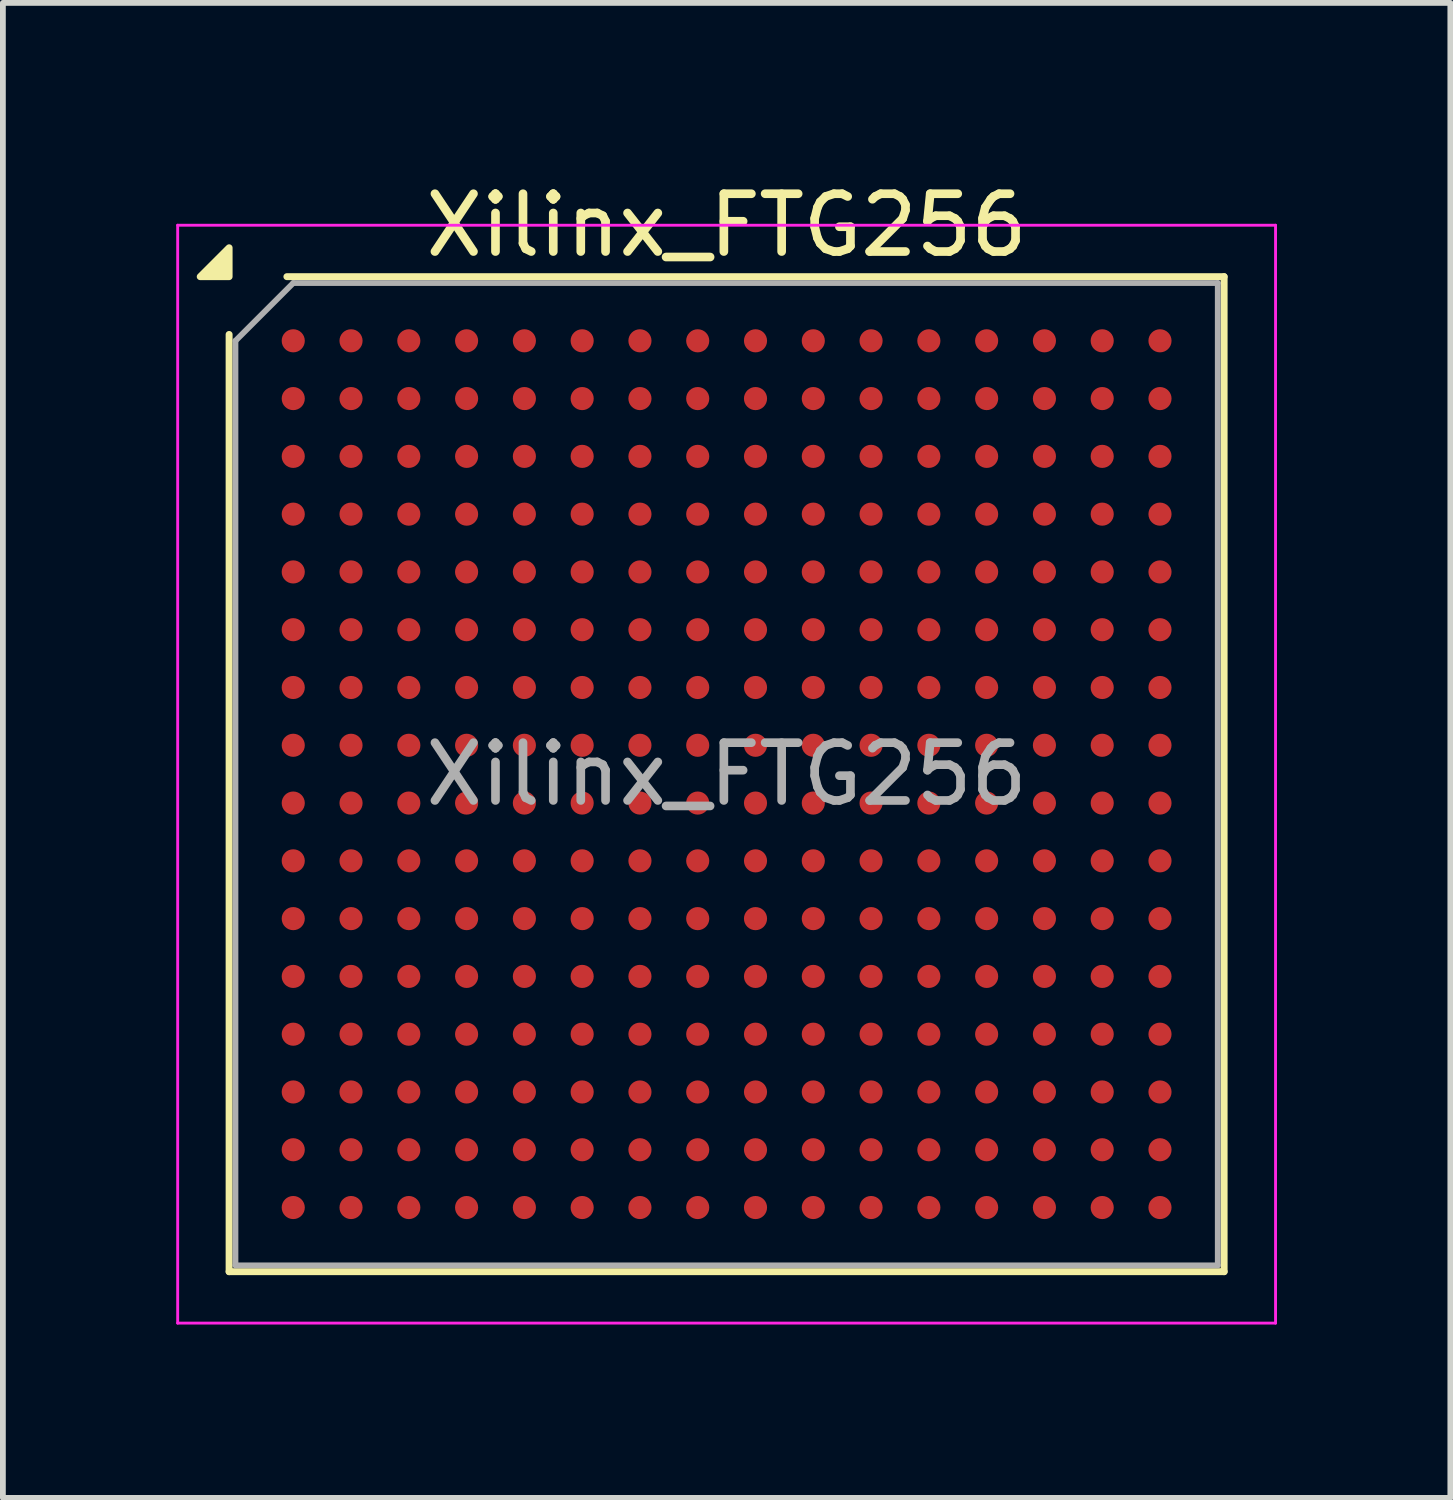
<source format=kicad_pcb>
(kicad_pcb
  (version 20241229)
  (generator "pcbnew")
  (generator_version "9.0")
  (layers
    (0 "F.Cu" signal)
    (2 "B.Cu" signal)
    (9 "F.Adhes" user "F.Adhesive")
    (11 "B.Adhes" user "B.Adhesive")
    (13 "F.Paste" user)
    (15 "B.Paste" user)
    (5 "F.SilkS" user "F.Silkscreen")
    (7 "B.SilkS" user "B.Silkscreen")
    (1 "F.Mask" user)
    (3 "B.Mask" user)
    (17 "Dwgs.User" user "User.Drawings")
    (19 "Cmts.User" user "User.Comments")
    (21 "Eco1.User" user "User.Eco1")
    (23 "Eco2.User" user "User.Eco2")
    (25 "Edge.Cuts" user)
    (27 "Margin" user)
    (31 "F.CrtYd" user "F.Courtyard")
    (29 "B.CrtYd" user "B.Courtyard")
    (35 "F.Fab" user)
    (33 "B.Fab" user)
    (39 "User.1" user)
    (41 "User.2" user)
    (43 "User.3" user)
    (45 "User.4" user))
  (footprint "Xilinx_FTG256"
    (layer "F.Cu")
    (at 9.525 10.348)
    (property "Reference" "Xilinx_FTG256" (at 0 -9.5 0) (layer "F.SilkS") (effects (font (size 1 1) (thickness 0.15))))
    (attr smd)
    (fp_line (start -8.61 8.61) (end -8.61 -7.61) (stroke (width 0.12) (type solid)) (layer "F.SilkS"))
    (fp_line (start -7.61 -8.61) (end 8.61 -8.61) (stroke (width 0.12) (type solid)) (layer "F.SilkS"))
    (fp_line (start 8.61 -8.61) (end 8.61 8.61) (stroke (width 0.12) (type solid)) (layer "F.SilkS"))
    (fp_line (start 8.61 8.61) (end -8.61 8.61) (stroke (width 0.12) (type solid)) (layer "F.SilkS"))
    (fp_poly (pts (xy -8.61 -8.61) (xy -9.11 -8.61) (xy -8.61 -9.11)) (stroke (width 0.12) (type solid)) (fill yes) (layer "F.SilkS"))
    (fp_line (start -9.5 -9.5) (end -9.5 9.5) (stroke (width 0.05) (type solid)) (layer "F.CrtYd"))
    (fp_line (start -9.5 9.5) (end 9.5 9.5) (stroke (width 0.05) (type solid)) (layer "F.CrtYd"))
    (fp_line (start 9.5 -9.5) (end -9.5 -9.5) (stroke (width 0.05) (type solid)) (layer "F.CrtYd"))
    (fp_line (start 9.5 9.5) (end 9.5 -9.5) (stroke (width 0.05) (type solid)) (layer "F.CrtYd"))
    (fp_line (start -8.5 -7.5) (end -7.5 -8.5) (stroke (width 0.1) (type solid)) (layer "F.Fab"))
    (fp_line (start -8.5 8.5) (end -8.5 -7.5) (stroke (width 0.1) (type solid)) (layer "F.Fab"))
    (fp_line (start -7.5 -8.5) (end 8.5 -8.5) (stroke (width 0.1) (type solid)) (layer "F.Fab"))
    (fp_line (start 8.5 -8.5) (end 8.5 8.5) (stroke (width 0.1) (type solid)) (layer "F.Fab"))
    (fp_line (start 8.5 8.5) (end -8.5 8.5) (stroke (width 0.1) (type solid)) (layer "F.Fab"))
    (fp_text user "${REFERENCE}" (at 0 0 0) (layer "F.Fab") (effects (font (size 1 1) (thickness 0.15))))
    (pad "A1" smd circle (at -7.5 -7.5) (size 0.4 0.4) (property pad_prop_bga) (layers "F.Cu" "F.Mask" "F.Paste"))
    (pad "A2" smd circle (at -6.5 -7.5) (size 0.4 0.4) (property pad_prop_bga) (layers "F.Cu" "F.Mask" "F.Paste"))
    (pad "A3" smd circle (at -5.5 -7.5) (size 0.4 0.4) (property pad_prop_bga) (layers "F.Cu" "F.Mask" "F.Paste"))
    (pad "A4" smd circle (at -4.5 -7.5) (size 0.4 0.4) (property pad_prop_bga) (layers "F.Cu" "F.Mask" "F.Paste"))
    (pad "A5" smd circle (at -3.5 -7.5) (size 0.4 0.4) (property pad_prop_bga) (layers "F.Cu" "F.Mask" "F.Paste"))
    (pad "A6" smd circle (at -2.5 -7.5) (size 0.4 0.4) (property pad_prop_bga) (layers "F.Cu" "F.Mask" "F.Paste"))
    (pad "A7" smd circle (at -1.5 -7.5) (size 0.4 0.4) (property pad_prop_bga) (layers "F.Cu" "F.Mask" "F.Paste"))
    (pad "A8" smd circle (at -0.5 -7.5) (size 0.4 0.4) (property pad_prop_bga) (layers "F.Cu" "F.Mask" "F.Paste"))
    (pad "A9" smd circle (at 0.5 -7.5) (size 0.4 0.4) (property pad_prop_bga) (layers "F.Cu" "F.Mask" "F.Paste"))
    (pad "A10" smd circle (at 1.5 -7.5) (size 0.4 0.4) (property pad_prop_bga) (layers "F.Cu" "F.Mask" "F.Paste"))
    (pad "A11" smd circle (at 2.5 -7.5) (size 0.4 0.4) (property pad_prop_bga) (layers "F.Cu" "F.Mask" "F.Paste"))
    (pad "A12" smd circle (at 3.5 -7.5) (size 0.4 0.4) (property pad_prop_bga) (layers "F.Cu" "F.Mask" "F.Paste"))
    (pad "A13" smd circle (at 4.5 -7.5) (size 0.4 0.4) (property pad_prop_bga) (layers "F.Cu" "F.Mask" "F.Paste"))
    (pad "A14" smd circle (at 5.5 -7.5) (size 0.4 0.4) (property pad_prop_bga) (layers "F.Cu" "F.Mask" "F.Paste"))
    (pad "A15" smd circle (at 6.5 -7.5) (size 0.4 0.4) (property pad_prop_bga) (layers "F.Cu" "F.Mask" "F.Paste"))
    (pad "A16" smd circle (at 7.5 -7.5) (size 0.4 0.4) (property pad_prop_bga) (layers "F.Cu" "F.Mask" "F.Paste"))
    (pad "B1" smd circle (at -7.5 -6.5) (size 0.4 0.4) (property pad_prop_bga) (layers "F.Cu" "F.Mask" "F.Paste"))
    (pad "B2" smd circle (at -6.5 -6.5) (size 0.4 0.4) (property pad_prop_bga) (layers "F.Cu" "F.Mask" "F.Paste"))
    (pad "B3" smd circle (at -5.5 -6.5) (size 0.4 0.4) (property pad_prop_bga) (layers "F.Cu" "F.Mask" "F.Paste"))
    (pad "B4" smd circle (at -4.5 -6.5) (size 0.4 0.4) (property pad_prop_bga) (layers "F.Cu" "F.Mask" "F.Paste"))
    (pad "B5" smd circle (at -3.5 -6.5) (size 0.4 0.4) (property pad_prop_bga) (layers "F.Cu" "F.Mask" "F.Paste"))
    (pad "B6" smd circle (at -2.5 -6.5) (size 0.4 0.4) (property pad_prop_bga) (layers "F.Cu" "F.Mask" "F.Paste"))
    (pad "B7" smd circle (at -1.5 -6.5) (size 0.4 0.4) (property pad_prop_bga) (layers "F.Cu" "F.Mask" "F.Paste"))
    (pad "B8" smd circle (at -0.5 -6.5) (size 0.4 0.4) (property pad_prop_bga) (layers "F.Cu" "F.Mask" "F.Paste"))
    (pad "B9" smd circle (at 0.5 -6.5) (size 0.4 0.4) (property pad_prop_bga) (layers "F.Cu" "F.Mask" "F.Paste"))
    (pad "B10" smd circle (at 1.5 -6.5) (size 0.4 0.4) (property pad_prop_bga) (layers "F.Cu" "F.Mask" "F.Paste"))
    (pad "B11" smd circle (at 2.5 -6.5) (size 0.4 0.4) (property pad_prop_bga) (layers "F.Cu" "F.Mask" "F.Paste"))
    (pad "B12" smd circle (at 3.5 -6.5) (size 0.4 0.4) (property pad_prop_bga) (layers "F.Cu" "F.Mask" "F.Paste"))
    (pad "B13" smd circle (at 4.5 -6.5) (size 0.4 0.4) (property pad_prop_bga) (layers "F.Cu" "F.Mask" "F.Paste"))
    (pad "B14" smd circle (at 5.5 -6.5) (size 0.4 0.4) (property pad_prop_bga) (layers "F.Cu" "F.Mask" "F.Paste"))
    (pad "B15" smd circle (at 6.5 -6.5) (size 0.4 0.4) (property pad_prop_bga) (layers "F.Cu" "F.Mask" "F.Paste"))
    (pad "B16" smd circle (at 7.5 -6.5) (size 0.4 0.4) (property pad_prop_bga) (layers "F.Cu" "F.Mask" "F.Paste"))
    (pad "C1" smd circle (at -7.5 -5.5) (size 0.4 0.4) (property pad_prop_bga) (layers "F.Cu" "F.Mask" "F.Paste"))
    (pad "C2" smd circle (at -6.5 -5.5) (size 0.4 0.4) (property pad_prop_bga) (layers "F.Cu" "F.Mask" "F.Paste"))
    (pad "C3" smd circle (at -5.5 -5.5) (size 0.4 0.4) (property pad_prop_bga) (layers "F.Cu" "F.Mask" "F.Paste"))
    (pad "C4" smd circle (at -4.5 -5.5) (size 0.4 0.4) (property pad_prop_bga) (layers "F.Cu" "F.Mask" "F.Paste"))
    (pad "C5" smd circle (at -3.5 -5.5) (size 0.4 0.4) (property pad_prop_bga) (layers "F.Cu" "F.Mask" "F.Paste"))
    (pad "C6" smd circle (at -2.5 -5.5) (size 0.4 0.4) (property pad_prop_bga) (layers "F.Cu" "F.Mask" "F.Paste"))
    (pad "C7" smd circle (at -1.5 -5.5) (size 0.4 0.4) (property pad_prop_bga) (layers "F.Cu" "F.Mask" "F.Paste"))
    (pad "C8" smd circle (at -0.5 -5.5) (size 0.4 0.4) (property pad_prop_bga) (layers "F.Cu" "F.Mask" "F.Paste"))
    (pad "C9" smd circle (at 0.5 -5.5) (size 0.4 0.4) (property pad_prop_bga) (layers "F.Cu" "F.Mask" "F.Paste"))
    (pad "C10" smd circle (at 1.5 -5.5) (size 0.4 0.4) (property pad_prop_bga) (layers "F.Cu" "F.Mask" "F.Paste"))
    (pad "C11" smd circle (at 2.5 -5.5) (size 0.4 0.4) (property pad_prop_bga) (layers "F.Cu" "F.Mask" "F.Paste"))
    (pad "C12" smd circle (at 3.5 -5.5) (size 0.4 0.4) (property pad_prop_bga) (layers "F.Cu" "F.Mask" "F.Paste"))
    (pad "C13" smd circle (at 4.5 -5.5) (size 0.4 0.4) (property pad_prop_bga) (layers "F.Cu" "F.Mask" "F.Paste"))
    (pad "C14" smd circle (at 5.5 -5.5) (size 0.4 0.4) (property pad_prop_bga) (layers "F.Cu" "F.Mask" "F.Paste"))
    (pad "C15" smd circle (at 6.5 -5.5) (size 0.4 0.4) (property pad_prop_bga) (layers "F.Cu" "F.Mask" "F.Paste"))
    (pad "C16" smd circle (at 7.5 -5.5) (size 0.4 0.4) (property pad_prop_bga) (layers "F.Cu" "F.Mask" "F.Paste"))
    (pad "D1" smd circle (at -7.5 -4.5) (size 0.4 0.4) (property pad_prop_bga) (layers "F.Cu" "F.Mask" "F.Paste"))
    (pad "D2" smd circle (at -6.5 -4.5) (size 0.4 0.4) (property pad_prop_bga) (layers "F.Cu" "F.Mask" "F.Paste"))
    (pad "D3" smd circle (at -5.5 -4.5) (size 0.4 0.4) (property pad_prop_bga) (layers "F.Cu" "F.Mask" "F.Paste"))
    (pad "D4" smd circle (at -4.5 -4.5) (size 0.4 0.4) (property pad_prop_bga) (layers "F.Cu" "F.Mask" "F.Paste"))
    (pad "D5" smd circle (at -3.5 -4.5) (size 0.4 0.4) (property pad_prop_bga) (layers "F.Cu" "F.Mask" "F.Paste"))
    (pad "D6" smd circle (at -2.5 -4.5) (size 0.4 0.4) (property pad_prop_bga) (layers "F.Cu" "F.Mask" "F.Paste"))
    (pad "D7" smd circle (at -1.5 -4.5) (size 0.4 0.4) (property pad_prop_bga) (layers "F.Cu" "F.Mask" "F.Paste"))
    (pad "D8" smd circle (at -0.5 -4.5) (size 0.4 0.4) (property pad_prop_bga) (layers "F.Cu" "F.Mask" "F.Paste"))
    (pad "D9" smd circle (at 0.5 -4.5) (size 0.4 0.4) (property pad_prop_bga) (layers "F.Cu" "F.Mask" "F.Paste"))
    (pad "D10" smd circle (at 1.5 -4.5) (size 0.4 0.4) (property pad_prop_bga) (layers "F.Cu" "F.Mask" "F.Paste"))
    (pad "D11" smd circle (at 2.5 -4.5) (size 0.4 0.4) (property pad_prop_bga) (layers "F.Cu" "F.Mask" "F.Paste"))
    (pad "D12" smd circle (at 3.5 -4.5) (size 0.4 0.4) (property pad_prop_bga) (layers "F.Cu" "F.Mask" "F.Paste"))
    (pad "D13" smd circle (at 4.5 -4.5) (size 0.4 0.4) (property pad_prop_bga) (layers "F.Cu" "F.Mask" "F.Paste"))
    (pad "D14" smd circle (at 5.5 -4.5) (size 0.4 0.4) (property pad_prop_bga) (layers "F.Cu" "F.Mask" "F.Paste"))
    (pad "D15" smd circle (at 6.5 -4.5) (size 0.4 0.4) (property pad_prop_bga) (layers "F.Cu" "F.Mask" "F.Paste"))
    (pad "D16" smd circle (at 7.5 -4.5) (size 0.4 0.4) (property pad_prop_bga) (layers "F.Cu" "F.Mask" "F.Paste"))
    (pad "E1" smd circle (at -7.5 -3.5) (size 0.4 0.4) (property pad_prop_bga) (layers "F.Cu" "F.Mask" "F.Paste"))
    (pad "E2" smd circle (at -6.5 -3.5) (size 0.4 0.4) (property pad_prop_bga) (layers "F.Cu" "F.Mask" "F.Paste"))
    (pad "E3" smd circle (at -5.5 -3.5) (size 0.4 0.4) (property pad_prop_bga) (layers "F.Cu" "F.Mask" "F.Paste"))
    (pad "E4" smd circle (at -4.5 -3.5) (size 0.4 0.4) (property pad_prop_bga) (layers "F.Cu" "F.Mask" "F.Paste"))
    (pad "E5" smd circle (at -3.5 -3.5) (size 0.4 0.4) (property pad_prop_bga) (layers "F.Cu" "F.Mask" "F.Paste"))
    (pad "E6" smd circle (at -2.5 -3.5) (size 0.4 0.4) (property pad_prop_bga) (layers "F.Cu" "F.Mask" "F.Paste"))
    (pad "E7" smd circle (at -1.5 -3.5) (size 0.4 0.4) (property pad_prop_bga) (layers "F.Cu" "F.Mask" "F.Paste"))
    (pad "E8" smd circle (at -0.5 -3.5) (size 0.4 0.4) (property pad_prop_bga) (layers "F.Cu" "F.Mask" "F.Paste"))
    (pad "E9" smd circle (at 0.5 -3.5) (size 0.4 0.4) (property pad_prop_bga) (layers "F.Cu" "F.Mask" "F.Paste"))
    (pad "E10" smd circle (at 1.5 -3.5) (size 0.4 0.4) (property pad_prop_bga) (layers "F.Cu" "F.Mask" "F.Paste"))
    (pad "E11" smd circle (at 2.5 -3.5) (size 0.4 0.4) (property pad_prop_bga) (layers "F.Cu" "F.Mask" "F.Paste"))
    (pad "E12" smd circle (at 3.5 -3.5) (size 0.4 0.4) (property pad_prop_bga) (layers "F.Cu" "F.Mask" "F.Paste"))
    (pad "E13" smd circle (at 4.5 -3.5) (size 0.4 0.4) (property pad_prop_bga) (layers "F.Cu" "F.Mask" "F.Paste"))
    (pad "E14" smd circle (at 5.5 -3.5) (size 0.4 0.4) (property pad_prop_bga) (layers "F.Cu" "F.Mask" "F.Paste"))
    (pad "E15" smd circle (at 6.5 -3.5) (size 0.4 0.4) (property pad_prop_bga) (layers "F.Cu" "F.Mask" "F.Paste"))
    (pad "E16" smd circle (at 7.5 -3.5) (size 0.4 0.4) (property pad_prop_bga) (layers "F.Cu" "F.Mask" "F.Paste"))
    (pad "F1" smd circle (at -7.5 -2.5) (size 0.4 0.4) (property pad_prop_bga) (layers "F.Cu" "F.Mask" "F.Paste"))
    (pad "F2" smd circle (at -6.5 -2.5) (size 0.4 0.4) (property pad_prop_bga) (layers "F.Cu" "F.Mask" "F.Paste"))
    (pad "F3" smd circle (at -5.5 -2.5) (size 0.4 0.4) (property pad_prop_bga) (layers "F.Cu" "F.Mask" "F.Paste"))
    (pad "F4" smd circle (at -4.5 -2.5) (size 0.4 0.4) (property pad_prop_bga) (layers "F.Cu" "F.Mask" "F.Paste"))
    (pad "F5" smd circle (at -3.5 -2.5) (size 0.4 0.4) (property pad_prop_bga) (layers "F.Cu" "F.Mask" "F.Paste"))
    (pad "F6" smd circle (at -2.5 -2.5) (size 0.4 0.4) (property pad_prop_bga) (layers "F.Cu" "F.Mask" "F.Paste"))
    (pad "F7" smd circle (at -1.5 -2.5) (size 0.4 0.4) (property pad_prop_bga) (layers "F.Cu" "F.Mask" "F.Paste"))
    (pad "F8" smd circle (at -0.5 -2.5) (size 0.4 0.4) (property pad_prop_bga) (layers "F.Cu" "F.Mask" "F.Paste"))
    (pad "F9" smd circle (at 0.5 -2.5) (size 0.4 0.4) (property pad_prop_bga) (layers "F.Cu" "F.Mask" "F.Paste"))
    (pad "F10" smd circle (at 1.5 -2.5) (size 0.4 0.4) (property pad_prop_bga) (layers "F.Cu" "F.Mask" "F.Paste"))
    (pad "F11" smd circle (at 2.5 -2.5) (size 0.4 0.4) (property pad_prop_bga) (layers "F.Cu" "F.Mask" "F.Paste"))
    (pad "F12" smd circle (at 3.5 -2.5) (size 0.4 0.4) (property pad_prop_bga) (layers "F.Cu" "F.Mask" "F.Paste"))
    (pad "F13" smd circle (at 4.5 -2.5) (size 0.4 0.4) (property pad_prop_bga) (layers "F.Cu" "F.Mask" "F.Paste"))
    (pad "F14" smd circle (at 5.5 -2.5) (size 0.4 0.4) (property pad_prop_bga) (layers "F.Cu" "F.Mask" "F.Paste"))
    (pad "F15" smd circle (at 6.5 -2.5) (size 0.4 0.4) (property pad_prop_bga) (layers "F.Cu" "F.Mask" "F.Paste"))
    (pad "F16" smd circle (at 7.5 -2.5) (size 0.4 0.4) (property pad_prop_bga) (layers "F.Cu" "F.Mask" "F.Paste"))
    (pad "G1" smd circle (at -7.5 -1.5) (size 0.4 0.4) (property pad_prop_bga) (layers "F.Cu" "F.Mask" "F.Paste"))
    (pad "G2" smd circle (at -6.5 -1.5) (size 0.4 0.4) (property pad_prop_bga) (layers "F.Cu" "F.Mask" "F.Paste"))
    (pad "G3" smd circle (at -5.5 -1.5) (size 0.4 0.4) (property pad_prop_bga) (layers "F.Cu" "F.Mask" "F.Paste"))
    (pad "G4" smd circle (at -4.5 -1.5) (size 0.4 0.4) (property pad_prop_bga) (layers "F.Cu" "F.Mask" "F.Paste"))
    (pad "G5" smd circle (at -3.5 -1.5) (size 0.4 0.4) (property pad_prop_bga) (layers "F.Cu" "F.Mask" "F.Paste"))
    (pad "G6" smd circle (at -2.5 -1.5) (size 0.4 0.4) (property pad_prop_bga) (layers "F.Cu" "F.Mask" "F.Paste"))
    (pad "G7" smd circle (at -1.5 -1.5) (size 0.4 0.4) (property pad_prop_bga) (layers "F.Cu" "F.Mask" "F.Paste"))
    (pad "G8" smd circle (at -0.5 -1.5) (size 0.4 0.4) (property pad_prop_bga) (layers "F.Cu" "F.Mask" "F.Paste"))
    (pad "G9" smd circle (at 0.5 -1.5) (size 0.4 0.4) (property pad_prop_bga) (layers "F.Cu" "F.Mask" "F.Paste"))
    (pad "G10" smd circle (at 1.5 -1.5) (size 0.4 0.4) (property pad_prop_bga) (layers "F.Cu" "F.Mask" "F.Paste"))
    (pad "G11" smd circle (at 2.5 -1.5) (size 0.4 0.4) (property pad_prop_bga) (layers "F.Cu" "F.Mask" "F.Paste"))
    (pad "G12" smd circle (at 3.5 -1.5) (size 0.4 0.4) (property pad_prop_bga) (layers "F.Cu" "F.Mask" "F.Paste"))
    (pad "G13" smd circle (at 4.5 -1.5) (size 0.4 0.4) (property pad_prop_bga) (layers "F.Cu" "F.Mask" "F.Paste"))
    (pad "G14" smd circle (at 5.5 -1.5) (size 0.4 0.4) (property pad_prop_bga) (layers "F.Cu" "F.Mask" "F.Paste"))
    (pad "G15" smd circle (at 6.5 -1.5) (size 0.4 0.4) (property pad_prop_bga) (layers "F.Cu" "F.Mask" "F.Paste"))
    (pad "G16" smd circle (at 7.5 -1.5) (size 0.4 0.4) (property pad_prop_bga) (layers "F.Cu" "F.Mask" "F.Paste"))
    (pad "H1" smd circle (at -7.5 -0.5) (size 0.4 0.4) (property pad_prop_bga) (layers "F.Cu" "F.Mask" "F.Paste"))
    (pad "H2" smd circle (at -6.5 -0.5) (size 0.4 0.4) (property pad_prop_bga) (layers "F.Cu" "F.Mask" "F.Paste"))
    (pad "H3" smd circle (at -5.5 -0.5) (size 0.4 0.4) (property pad_prop_bga) (layers "F.Cu" "F.Mask" "F.Paste"))
    (pad "H4" smd circle (at -4.5 -0.5) (size 0.4 0.4) (property pad_prop_bga) (layers "F.Cu" "F.Mask" "F.Paste"))
    (pad "H5" smd circle (at -3.5 -0.5) (size 0.4 0.4) (property pad_prop_bga) (layers "F.Cu" "F.Mask" "F.Paste"))
    (pad "H6" smd circle (at -2.5 -0.5) (size 0.4 0.4) (property pad_prop_bga) (layers "F.Cu" "F.Mask" "F.Paste"))
    (pad "H7" smd circle (at -1.5 -0.5) (size 0.4 0.4) (property pad_prop_bga) (layers "F.Cu" "F.Mask" "F.Paste"))
    (pad "H8" smd circle (at -0.5 -0.5) (size 0.4 0.4) (property pad_prop_bga) (layers "F.Cu" "F.Mask" "F.Paste"))
    (pad "H9" smd circle (at 0.5 -0.5) (size 0.4 0.4) (property pad_prop_bga) (layers "F.Cu" "F.Mask" "F.Paste"))
    (pad "H10" smd circle (at 1.5 -0.5) (size 0.4 0.4) (property pad_prop_bga) (layers "F.Cu" "F.Mask" "F.Paste"))
    (pad "H11" smd circle (at 2.5 -0.5) (size 0.4 0.4) (property pad_prop_bga) (layers "F.Cu" "F.Mask" "F.Paste"))
    (pad "H12" smd circle (at 3.5 -0.5) (size 0.4 0.4) (property pad_prop_bga) (layers "F.Cu" "F.Mask" "F.Paste"))
    (pad "H13" smd circle (at 4.5 -0.5) (size 0.4 0.4) (property pad_prop_bga) (layers "F.Cu" "F.Mask" "F.Paste"))
    (pad "H14" smd circle (at 5.5 -0.5) (size 0.4 0.4) (property pad_prop_bga) (layers "F.Cu" "F.Mask" "F.Paste"))
    (pad "H15" smd circle (at 6.5 -0.5) (size 0.4 0.4) (property pad_prop_bga) (layers "F.Cu" "F.Mask" "F.Paste"))
    (pad "H16" smd circle (at 7.5 -0.5) (size 0.4 0.4) (property pad_prop_bga) (layers "F.Cu" "F.Mask" "F.Paste"))
    (pad "J1" smd circle (at -7.5 0.5) (size 0.4 0.4) (property pad_prop_bga) (layers "F.Cu" "F.Mask" "F.Paste"))
    (pad "J2" smd circle (at -6.5 0.5) (size 0.4 0.4) (property pad_prop_bga) (layers "F.Cu" "F.Mask" "F.Paste"))
    (pad "J3" smd circle (at -5.5 0.5) (size 0.4 0.4) (property pad_prop_bga) (layers "F.Cu" "F.Mask" "F.Paste"))
    (pad "J4" smd circle (at -4.5 0.5) (size 0.4 0.4) (property pad_prop_bga) (layers "F.Cu" "F.Mask" "F.Paste"))
    (pad "J5" smd circle (at -3.5 0.5) (size 0.4 0.4) (property pad_prop_bga) (layers "F.Cu" "F.Mask" "F.Paste"))
    (pad "J6" smd circle (at -2.5 0.5) (size 0.4 0.4) (property pad_prop_bga) (layers "F.Cu" "F.Mask" "F.Paste"))
    (pad "J7" smd circle (at -1.5 0.5) (size 0.4 0.4) (property pad_prop_bga) (layers "F.Cu" "F.Mask" "F.Paste"))
    (pad "J8" smd circle (at -0.5 0.5) (size 0.4 0.4) (property pad_prop_bga) (layers "F.Cu" "F.Mask" "F.Paste"))
    (pad "J9" smd circle (at 0.5 0.5) (size 0.4 0.4) (property pad_prop_bga) (layers "F.Cu" "F.Mask" "F.Paste"))
    (pad "J10" smd circle (at 1.5 0.5) (size 0.4 0.4) (property pad_prop_bga) (layers "F.Cu" "F.Mask" "F.Paste"))
    (pad "J11" smd circle (at 2.5 0.5) (size 0.4 0.4) (property pad_prop_bga) (layers "F.Cu" "F.Mask" "F.Paste"))
    (pad "J12" smd circle (at 3.5 0.5) (size 0.4 0.4) (property pad_prop_bga) (layers "F.Cu" "F.Mask" "F.Paste"))
    (pad "J13" smd circle (at 4.5 0.5) (size 0.4 0.4) (property pad_prop_bga) (layers "F.Cu" "F.Mask" "F.Paste"))
    (pad "J14" smd circle (at 5.5 0.5) (size 0.4 0.4) (property pad_prop_bga) (layers "F.Cu" "F.Mask" "F.Paste"))
    (pad "J15" smd circle (at 6.5 0.5) (size 0.4 0.4) (property pad_prop_bga) (layers "F.Cu" "F.Mask" "F.Paste"))
    (pad "J16" smd circle (at 7.5 0.5) (size 0.4 0.4) (property pad_prop_bga) (layers "F.Cu" "F.Mask" "F.Paste"))
    (pad "K1" smd circle (at -7.5 1.5) (size 0.4 0.4) (property pad_prop_bga) (layers "F.Cu" "F.Mask" "F.Paste"))
    (pad "K2" smd circle (at -6.5 1.5) (size 0.4 0.4) (property pad_prop_bga) (layers "F.Cu" "F.Mask" "F.Paste"))
    (pad "K3" smd circle (at -5.5 1.5) (size 0.4 0.4) (property pad_prop_bga) (layers "F.Cu" "F.Mask" "F.Paste"))
    (pad "K4" smd circle (at -4.5 1.5) (size 0.4 0.4) (property pad_prop_bga) (layers "F.Cu" "F.Mask" "F.Paste"))
    (pad "K5" smd circle (at -3.5 1.5) (size 0.4 0.4) (property pad_prop_bga) (layers "F.Cu" "F.Mask" "F.Paste"))
    (pad "K6" smd circle (at -2.5 1.5) (size 0.4 0.4) (property pad_prop_bga) (layers "F.Cu" "F.Mask" "F.Paste"))
    (pad "K7" smd circle (at -1.5 1.5) (size 0.4 0.4) (property pad_prop_bga) (layers "F.Cu" "F.Mask" "F.Paste"))
    (pad "K8" smd circle (at -0.5 1.5) (size 0.4 0.4) (property pad_prop_bga) (layers "F.Cu" "F.Mask" "F.Paste"))
    (pad "K9" smd circle (at 0.5 1.5) (size 0.4 0.4) (property pad_prop_bga) (layers "F.Cu" "F.Mask" "F.Paste"))
    (pad "K10" smd circle (at 1.5 1.5) (size 0.4 0.4) (property pad_prop_bga) (layers "F.Cu" "F.Mask" "F.Paste"))
    (pad "K11" smd circle (at 2.5 1.5) (size 0.4 0.4) (property pad_prop_bga) (layers "F.Cu" "F.Mask" "F.Paste"))
    (pad "K12" smd circle (at 3.5 1.5) (size 0.4 0.4) (property pad_prop_bga) (layers "F.Cu" "F.Mask" "F.Paste"))
    (pad "K13" smd circle (at 4.5 1.5) (size 0.4 0.4) (property pad_prop_bga) (layers "F.Cu" "F.Mask" "F.Paste"))
    (pad "K14" smd circle (at 5.5 1.5) (size 0.4 0.4) (property pad_prop_bga) (layers "F.Cu" "F.Mask" "F.Paste"))
    (pad "K15" smd circle (at 6.5 1.5) (size 0.4 0.4) (property pad_prop_bga) (layers "F.Cu" "F.Mask" "F.Paste"))
    (pad "K16" smd circle (at 7.5 1.5) (size 0.4 0.4) (property pad_prop_bga) (layers "F.Cu" "F.Mask" "F.Paste"))
    (pad "L1" smd circle (at -7.5 2.5) (size 0.4 0.4) (property pad_prop_bga) (layers "F.Cu" "F.Mask" "F.Paste"))
    (pad "L2" smd circle (at -6.5 2.5) (size 0.4 0.4) (property pad_prop_bga) (layers "F.Cu" "F.Mask" "F.Paste"))
    (pad "L3" smd circle (at -5.5 2.5) (size 0.4 0.4) (property pad_prop_bga) (layers "F.Cu" "F.Mask" "F.Paste"))
    (pad "L4" smd circle (at -4.5 2.5) (size 0.4 0.4) (property pad_prop_bga) (layers "F.Cu" "F.Mask" "F.Paste"))
    (pad "L5" smd circle (at -3.5 2.5) (size 0.4 0.4) (property pad_prop_bga) (layers "F.Cu" "F.Mask" "F.Paste"))
    (pad "L6" smd circle (at -2.5 2.5) (size 0.4 0.4) (property pad_prop_bga) (layers "F.Cu" "F.Mask" "F.Paste"))
    (pad "L7" smd circle (at -1.5 2.5) (size 0.4 0.4) (property pad_prop_bga) (layers "F.Cu" "F.Mask" "F.Paste"))
    (pad "L8" smd circle (at -0.5 2.5) (size 0.4 0.4) (property pad_prop_bga) (layers "F.Cu" "F.Mask" "F.Paste"))
    (pad "L9" smd circle (at 0.5 2.5) (size 0.4 0.4) (property pad_prop_bga) (layers "F.Cu" "F.Mask" "F.Paste"))
    (pad "L10" smd circle (at 1.5 2.5) (size 0.4 0.4) (property pad_prop_bga) (layers "F.Cu" "F.Mask" "F.Paste"))
    (pad "L11" smd circle (at 2.5 2.5) (size 0.4 0.4) (property pad_prop_bga) (layers "F.Cu" "F.Mask" "F.Paste"))
    (pad "L12" smd circle (at 3.5 2.5) (size 0.4 0.4) (property pad_prop_bga) (layers "F.Cu" "F.Mask" "F.Paste"))
    (pad "L13" smd circle (at 4.5 2.5) (size 0.4 0.4) (property pad_prop_bga) (layers "F.Cu" "F.Mask" "F.Paste"))
    (pad "L14" smd circle (at 5.5 2.5) (size 0.4 0.4) (property pad_prop_bga) (layers "F.Cu" "F.Mask" "F.Paste"))
    (pad "L15" smd circle (at 6.5 2.5) (size 0.4 0.4) (property pad_prop_bga) (layers "F.Cu" "F.Mask" "F.Paste"))
    (pad "L16" smd circle (at 7.5 2.5) (size 0.4 0.4) (property pad_prop_bga) (layers "F.Cu" "F.Mask" "F.Paste"))
    (pad "M1" smd circle (at -7.5 3.5) (size 0.4 0.4) (property pad_prop_bga) (layers "F.Cu" "F.Mask" "F.Paste"))
    (pad "M2" smd circle (at -6.5 3.5) (size 0.4 0.4) (property pad_prop_bga) (layers "F.Cu" "F.Mask" "F.Paste"))
    (pad "M3" smd circle (at -5.5 3.5) (size 0.4 0.4) (property pad_prop_bga) (layers "F.Cu" "F.Mask" "F.Paste"))
    (pad "M4" smd circle (at -4.5 3.5) (size 0.4 0.4) (property pad_prop_bga) (layers "F.Cu" "F.Mask" "F.Paste"))
    (pad "M5" smd circle (at -3.5 3.5) (size 0.4 0.4) (property pad_prop_bga) (layers "F.Cu" "F.Mask" "F.Paste"))
    (pad "M6" smd circle (at -2.5 3.5) (size 0.4 0.4) (property pad_prop_bga) (layers "F.Cu" "F.Mask" "F.Paste"))
    (pad "M7" smd circle (at -1.5 3.5) (size 0.4 0.4) (property pad_prop_bga) (layers "F.Cu" "F.Mask" "F.Paste"))
    (pad "M8" smd circle (at -0.5 3.5) (size 0.4 0.4) (property pad_prop_bga) (layers "F.Cu" "F.Mask" "F.Paste"))
    (pad "M9" smd circle (at 0.5 3.5) (size 0.4 0.4) (property pad_prop_bga) (layers "F.Cu" "F.Mask" "F.Paste"))
    (pad "M10" smd circle (at 1.5 3.5) (size 0.4 0.4) (property pad_prop_bga) (layers "F.Cu" "F.Mask" "F.Paste"))
    (pad "M11" smd circle (at 2.5 3.5) (size 0.4 0.4) (property pad_prop_bga) (layers "F.Cu" "F.Mask" "F.Paste"))
    (pad "M12" smd circle (at 3.5 3.5) (size 0.4 0.4) (property pad_prop_bga) (layers "F.Cu" "F.Mask" "F.Paste"))
    (pad "M13" smd circle (at 4.5 3.5) (size 0.4 0.4) (property pad_prop_bga) (layers "F.Cu" "F.Mask" "F.Paste"))
    (pad "M14" smd circle (at 5.5 3.5) (size 0.4 0.4) (property pad_prop_bga) (layers "F.Cu" "F.Mask" "F.Paste"))
    (pad "M15" smd circle (at 6.5 3.5) (size 0.4 0.4) (property pad_prop_bga) (layers "F.Cu" "F.Mask" "F.Paste"))
    (pad "M16" smd circle (at 7.5 3.5) (size 0.4 0.4) (property pad_prop_bga) (layers "F.Cu" "F.Mask" "F.Paste"))
    (pad "N1" smd circle (at -7.5 4.5) (size 0.4 0.4) (property pad_prop_bga) (layers "F.Cu" "F.Mask" "F.Paste"))
    (pad "N2" smd circle (at -6.5 4.5) (size 0.4 0.4) (property pad_prop_bga) (layers "F.Cu" "F.Mask" "F.Paste"))
    (pad "N3" smd circle (at -5.5 4.5) (size 0.4 0.4) (property pad_prop_bga) (layers "F.Cu" "F.Mask" "F.Paste"))
    (pad "N4" smd circle (at -4.5 4.5) (size 0.4 0.4) (property pad_prop_bga) (layers "F.Cu" "F.Mask" "F.Paste"))
    (pad "N5" smd circle (at -3.5 4.5) (size 0.4 0.4) (property pad_prop_bga) (layers "F.Cu" "F.Mask" "F.Paste"))
    (pad "N6" smd circle (at -2.5 4.5) (size 0.4 0.4) (property pad_prop_bga) (layers "F.Cu" "F.Mask" "F.Paste"))
    (pad "N7" smd circle (at -1.5 4.5) (size 0.4 0.4) (property pad_prop_bga) (layers "F.Cu" "F.Mask" "F.Paste"))
    (pad "N8" smd circle (at -0.5 4.5) (size 0.4 0.4) (property pad_prop_bga) (layers "F.Cu" "F.Mask" "F.Paste"))
    (pad "N9" smd circle (at 0.5 4.5) (size 0.4 0.4) (property pad_prop_bga) (layers "F.Cu" "F.Mask" "F.Paste"))
    (pad "N10" smd circle (at 1.5 4.5) (size 0.4 0.4) (property pad_prop_bga) (layers "F.Cu" "F.Mask" "F.Paste"))
    (pad "N11" smd circle (at 2.5 4.5) (size 0.4 0.4) (property pad_prop_bga) (layers "F.Cu" "F.Mask" "F.Paste"))
    (pad "N12" smd circle (at 3.5 4.5) (size 0.4 0.4) (property pad_prop_bga) (layers "F.Cu" "F.Mask" "F.Paste"))
    (pad "N13" smd circle (at 4.5 4.5) (size 0.4 0.4) (property pad_prop_bga) (layers "F.Cu" "F.Mask" "F.Paste"))
    (pad "N14" smd circle (at 5.5 4.5) (size 0.4 0.4) (property pad_prop_bga) (layers "F.Cu" "F.Mask" "F.Paste"))
    (pad "N15" smd circle (at 6.5 4.5) (size 0.4 0.4) (property pad_prop_bga) (layers "F.Cu" "F.Mask" "F.Paste"))
    (pad "N16" smd circle (at 7.5 4.5) (size 0.4 0.4) (property pad_prop_bga) (layers "F.Cu" "F.Mask" "F.Paste"))
    (pad "P1" smd circle (at -7.5 5.5) (size 0.4 0.4) (property pad_prop_bga) (layers "F.Cu" "F.Mask" "F.Paste"))
    (pad "P2" smd circle (at -6.5 5.5) (size 0.4 0.4) (property pad_prop_bga) (layers "F.Cu" "F.Mask" "F.Paste"))
    (pad "P3" smd circle (at -5.5 5.5) (size 0.4 0.4) (property pad_prop_bga) (layers "F.Cu" "F.Mask" "F.Paste"))
    (pad "P4" smd circle (at -4.5 5.5) (size 0.4 0.4) (property pad_prop_bga) (layers "F.Cu" "F.Mask" "F.Paste"))
    (pad "P5" smd circle (at -3.5 5.5) (size 0.4 0.4) (property pad_prop_bga) (layers "F.Cu" "F.Mask" "F.Paste"))
    (pad "P6" smd circle (at -2.5 5.5) (size 0.4 0.4) (property pad_prop_bga) (layers "F.Cu" "F.Mask" "F.Paste"))
    (pad "P7" smd circle (at -1.5 5.5) (size 0.4 0.4) (property pad_prop_bga) (layers "F.Cu" "F.Mask" "F.Paste"))
    (pad "P8" smd circle (at -0.5 5.5) (size 0.4 0.4) (property pad_prop_bga) (layers "F.Cu" "F.Mask" "F.Paste"))
    (pad "P9" smd circle (at 0.5 5.5) (size 0.4 0.4) (property pad_prop_bga) (layers "F.Cu" "F.Mask" "F.Paste"))
    (pad "P10" smd circle (at 1.5 5.5) (size 0.4 0.4) (property pad_prop_bga) (layers "F.Cu" "F.Mask" "F.Paste"))
    (pad "P11" smd circle (at 2.5 5.5) (size 0.4 0.4) (property pad_prop_bga) (layers "F.Cu" "F.Mask" "F.Paste"))
    (pad "P12" smd circle (at 3.5 5.5) (size 0.4 0.4) (property pad_prop_bga) (layers "F.Cu" "F.Mask" "F.Paste"))
    (pad "P13" smd circle (at 4.5 5.5) (size 0.4 0.4) (property pad_prop_bga) (layers "F.Cu" "F.Mask" "F.Paste"))
    (pad "P14" smd circle (at 5.5 5.5) (size 0.4 0.4) (property pad_prop_bga) (layers "F.Cu" "F.Mask" "F.Paste"))
    (pad "P15" smd circle (at 6.5 5.5) (size 0.4 0.4) (property pad_prop_bga) (layers "F.Cu" "F.Mask" "F.Paste"))
    (pad "P16" smd circle (at 7.5 5.5) (size 0.4 0.4) (property pad_prop_bga) (layers "F.Cu" "F.Mask" "F.Paste"))
    (pad "R1" smd circle (at -7.5 6.5) (size 0.4 0.4) (property pad_prop_bga) (layers "F.Cu" "F.Mask" "F.Paste"))
    (pad "R2" smd circle (at -6.5 6.5) (size 0.4 0.4) (property pad_prop_bga) (layers "F.Cu" "F.Mask" "F.Paste"))
    (pad "R3" smd circle (at -5.5 6.5) (size 0.4 0.4) (property pad_prop_bga) (layers "F.Cu" "F.Mask" "F.Paste"))
    (pad "R4" smd circle (at -4.5 6.5) (size 0.4 0.4) (property pad_prop_bga) (layers "F.Cu" "F.Mask" "F.Paste"))
    (pad "R5" smd circle (at -3.5 6.5) (size 0.4 0.4) (property pad_prop_bga) (layers "F.Cu" "F.Mask" "F.Paste"))
    (pad "R6" smd circle (at -2.5 6.5) (size 0.4 0.4) (property pad_prop_bga) (layers "F.Cu" "F.Mask" "F.Paste"))
    (pad "R7" smd circle (at -1.5 6.5) (size 0.4 0.4) (property pad_prop_bga) (layers "F.Cu" "F.Mask" "F.Paste"))
    (pad "R8" smd circle (at -0.5 6.5) (size 0.4 0.4) (property pad_prop_bga) (layers "F.Cu" "F.Mask" "F.Paste"))
    (pad "R9" smd circle (at 0.5 6.5) (size 0.4 0.4) (property pad_prop_bga) (layers "F.Cu" "F.Mask" "F.Paste"))
    (pad "R10" smd circle (at 1.5 6.5) (size 0.4 0.4) (property pad_prop_bga) (layers "F.Cu" "F.Mask" "F.Paste"))
    (pad "R11" smd circle (at 2.5 6.5) (size 0.4 0.4) (property pad_prop_bga) (layers "F.Cu" "F.Mask" "F.Paste"))
    (pad "R12" smd circle (at 3.5 6.5) (size 0.4 0.4) (property pad_prop_bga) (layers "F.Cu" "F.Mask" "F.Paste"))
    (pad "R13" smd circle (at 4.5 6.5) (size 0.4 0.4) (property pad_prop_bga) (layers "F.Cu" "F.Mask" "F.Paste"))
    (pad "R14" smd circle (at 5.5 6.5) (size 0.4 0.4) (property pad_prop_bga) (layers "F.Cu" "F.Mask" "F.Paste"))
    (pad "R15" smd circle (at 6.5 6.5) (size 0.4 0.4) (property pad_prop_bga) (layers "F.Cu" "F.Mask" "F.Paste"))
    (pad "R16" smd circle (at 7.5 6.5) (size 0.4 0.4) (property pad_prop_bga) (layers "F.Cu" "F.Mask" "F.Paste"))
    (pad "T1" smd circle (at -7.5 7.5) (size 0.4 0.4) (property pad_prop_bga) (layers "F.Cu" "F.Mask" "F.Paste"))
    (pad "T2" smd circle (at -6.5 7.5) (size 0.4 0.4) (property pad_prop_bga) (layers "F.Cu" "F.Mask" "F.Paste"))
    (pad "T3" smd circle (at -5.5 7.5) (size 0.4 0.4) (property pad_prop_bga) (layers "F.Cu" "F.Mask" "F.Paste"))
    (pad "T4" smd circle (at -4.5 7.5) (size 0.4 0.4) (property pad_prop_bga) (layers "F.Cu" "F.Mask" "F.Paste"))
    (pad "T5" smd circle (at -3.5 7.5) (size 0.4 0.4) (property pad_prop_bga) (layers "F.Cu" "F.Mask" "F.Paste"))
    (pad "T6" smd circle (at -2.5 7.5) (size 0.4 0.4) (property pad_prop_bga) (layers "F.Cu" "F.Mask" "F.Paste"))
    (pad "T7" smd circle (at -1.5 7.5) (size 0.4 0.4) (property pad_prop_bga) (layers "F.Cu" "F.Mask" "F.Paste"))
    (pad "T8" smd circle (at -0.5 7.5) (size 0.4 0.4) (property pad_prop_bga) (layers "F.Cu" "F.Mask" "F.Paste"))
    (pad "T9" smd circle (at 0.5 7.5) (size 0.4 0.4) (property pad_prop_bga) (layers "F.Cu" "F.Mask" "F.Paste"))
    (pad "T10" smd circle (at 1.5 7.5) (size 0.4 0.4) (property pad_prop_bga) (layers "F.Cu" "F.Mask" "F.Paste"))
    (pad "T11" smd circle (at 2.5 7.5) (size 0.4 0.4) (property pad_prop_bga) (layers "F.Cu" "F.Mask" "F.Paste"))
    (pad "T12" smd circle (at 3.5 7.5) (size 0.4 0.4) (property pad_prop_bga) (layers "F.Cu" "F.Mask" "F.Paste"))
    (pad "T13" smd circle (at 4.5 7.5) (size 0.4 0.4) (property pad_prop_bga) (layers "F.Cu" "F.Mask" "F.Paste"))
    (pad "T14" smd circle (at 5.5 7.5) (size 0.4 0.4) (property pad_prop_bga) (layers "F.Cu" "F.Mask" "F.Paste"))
    (pad "T15" smd circle (at 6.5 7.5) (size 0.4 0.4) (property pad_prop_bga) (layers "F.Cu" "F.Mask" "F.Paste"))
    (pad "T16" smd circle (at 7.5 7.5) (size 0.4 0.4) (property pad_prop_bga) (layers "F.Cu" "F.Mask" "F.Paste")))
  (gr_rect
    (start -3 -3)
    (end 22.05 22.873)
    (stroke (width 0.1) (type default))
    (fill no)
    (layer "Edge.Cuts")))
</source>
